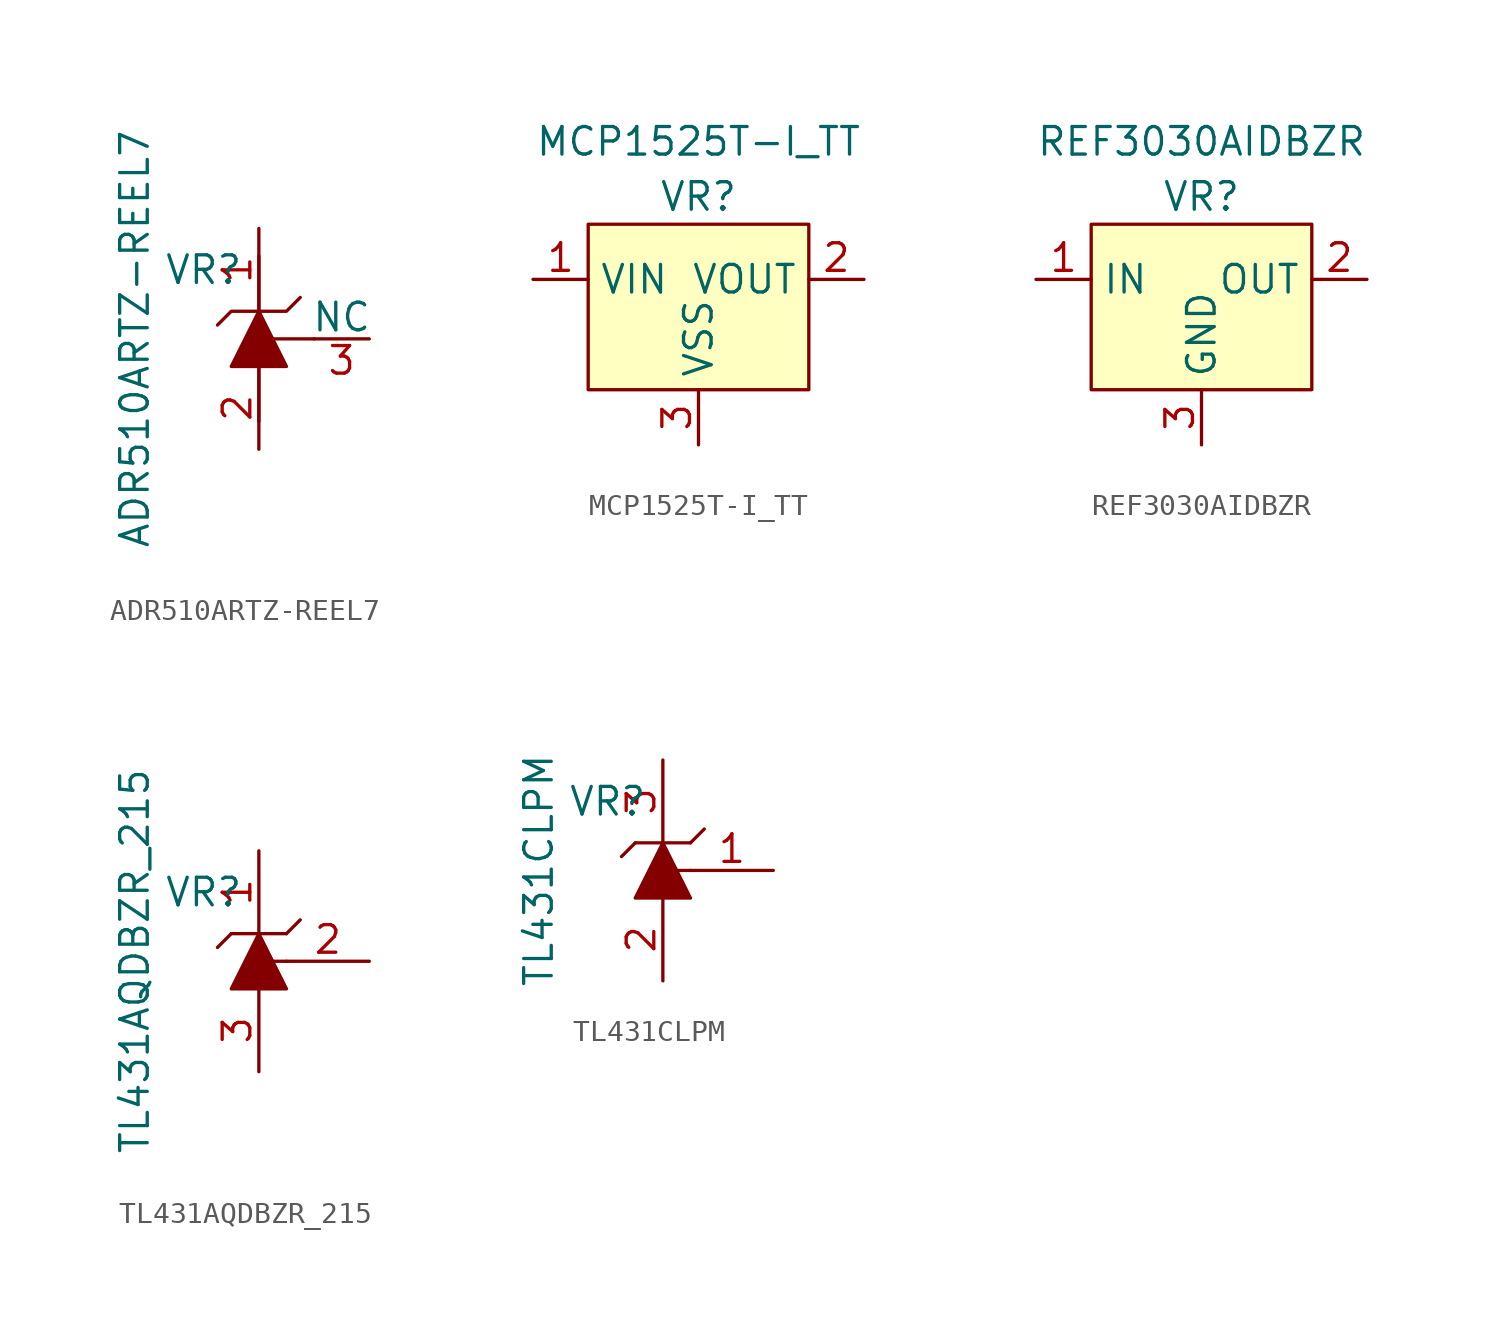
<source format=kicad_sym>
(kicad_symbol_lib
  (version 20220914)
  (generator kicad_symbol_editor)
  (symbol "ADR510ARTZ-REEL7"
    (pin_names
      (offset 0))
    (property "Reference" "VR"
      (at -2.54 3.175 0)
      (effects (font (size 1.27 1.27))))
    (property "Value" "ADR510ARTZ-REEL7"
      (at -5.715 0 90)
      (effects (font (size 1.27 1.27))))
    (symbol "ADR510ARTZ-REEL7_0_1"
      (polyline (pts (xy 0 -1.27) (xy 0 -3.81)) (stroke (width 0) (type solid)) (fill (type none)))
      (polyline (pts (xy 0 1.27) (xy 0 3.81)) (stroke (width 0) (type solid)) (fill (type none)))
      (polyline (pts (xy 2.54 0) (xy 0.635 0)) (stroke (width 0) (type solid)) (fill (type none)))
      (polyline (pts (xy 0 1.27) (xy 1.27 -1.27) (xy -1.27 -1.27) (xy 0 1.27)) (stroke (width 0) (type solid)) (fill (type outline)))
      (polyline (pts (xy 1.905 1.905) (xy 1.27 1.27) (xy -1.27 1.27) (xy -1.905 0.635)) (stroke (width 0) (type solid)) (fill (type none))))
    (symbol "ADR510ARTZ-REEL7_1_1"
      (pin passive line (at 0 5.08 270) (length 3.81) (name "~" (effects (font (size 1.27 1.27)))) (number "1" (effects (font (size 1.27 1.27)))))
      (pin passive line (at 0 -5.08 90) (length 3.81) (name "~" (effects (font (size 1.27 1.27)))) (number "2" (effects (font (size 1.27 1.27)))))
      (pin unspecified line (at 5.08 0 180) (length 2.54) (name "NC" (effects (font (size 1.27 1.27)))) (number "3" (effects (font (size 1.27 1.27)))))))
  (symbol "MCP1525T-I_TT"
    (property "Reference" "VR"
      (at 0 3.81 0)
      (effects (font (size 1.27 1.27))))
    (property "Value" "MCP1525T-I_TT"
      (at 0 6.35 0)
      (effects (font (size 1.27 1.27))))
    (symbol "MCP1525T-I_TT_0_1"
      (rectangle (start -5.08 2.54) (end 5.08 -5.08) (stroke (width 0) (type solid)) (fill (type background))))
    (symbol "MCP1525T-I_TT_1_1"
      (pin power_in line (at -7.62 0 0) (length 2.54) (name "VIN" (effects (font (size 1.27 1.27)))) (number "1" (effects (font (size 1.27 1.27)))))
      (pin output line (at 7.62 0 180) (length 2.54) (name "VOUT" (effects (font (size 1.27 1.27)))) (number "2" (effects (font (size 1.27 1.27)))))
      (pin power_in line (at 0 -7.62 90) (length 2.54) (name "VSS" (effects (font (size 1.27 1.27)))) (number "3" (effects (font (size 1.27 1.27)))))))
  (symbol "REF3030AIDBZR"
    (property "Reference" "VR"
      (at 0 3.81 0)
      (effects (font (size 1.27 1.27))))
    (property "Value" "REF3030AIDBZR"
      (at 0 6.35 0)
      (effects (font (size 1.27 1.27))))
    (symbol "REF3030AIDBZR_1_1"
      (rectangle (start -5.08 2.54) (end 5.08 -5.08) (stroke (width 0) (type solid)) (fill (type background)))
      (pin power_in line (at -7.62 0 0) (length 2.54) (name "IN" (effects (font (size 1.27 1.27)))) (number "1" (effects (font (size 1.27 1.27)))))
      (pin output line (at 7.62 0 180) (length 2.54) (name "OUT" (effects (font (size 1.27 1.27)))) (number "2" (effects (font (size 1.27 1.27)))))
      (pin power_in line (at 0 -7.62 90) (length 2.54) (name "GND" (effects (font (size 1.27 1.27)))) (number "3" (effects (font (size 1.27 1.27)))))))
  (symbol "TL431AQDBZR_215"
    (pin_names
      (offset 0) hide)
    (property "Reference" "VR"
      (at -2.54 3.175 0)
      (effects (font (size 1.27 1.27))))
    (property "Value" "TL431AQDBZR_215"
      (at -5.715 0 90)
      (effects (font (size 1.27 1.27))))
    (symbol "TL431AQDBZR_215_0_1"
      (polyline (pts (xy -1.905 0.635) (xy -1.27 1.27)) (stroke (width 0) (type solid)) (fill (type none)))
      (polyline (pts (xy -1.27 1.27) (xy 1.27 1.27)) (stroke (width 0) (type solid)) (fill (type none)))
      (polyline (pts (xy 0.635 0) (xy 1.27 0)) (stroke (width 0) (type solid)) (fill (type none)))
      (polyline (pts (xy 1.27 1.27) (xy 1.905 1.905)) (stroke (width 0) (type solid)) (fill (type none)))
      (polyline (pts (xy -1.27 -1.27) (xy 1.27 -1.27) (xy 0 1.27) (xy -1.27 -1.27)) (stroke (width 0) (type solid)) (fill (type outline))))
    (symbol "TL431AQDBZR_215_1_1"
      (pin passive line (at 0 5.08 270) (length 3.81) (name "K" (effects (font (size 1.27 1.27)))) (number "1" (effects (font (size 1.27 1.27)))))
      (pin passive line (at 5.08 0 180) (length 3.81) (name "REF" (effects (font (size 1.27 1.27)))) (number "2" (effects (font (size 1.27 1.27)))))
      (pin passive line (at 0 -5.08 90) (length 3.81) (name "A" (effects (font (size 1.27 1.27)))) (number "3" (effects (font (size 1.27 1.27)))))))
  (symbol "TL431CLPM"
    (pin_names
      (offset 0) hide)
    (property "Reference" "VR"
      (at -2.54 3.175 0)
      (effects (font (size 1.27 1.27))))
    (property "Value" "TL431CLPM"
      (at -5.715 0 90)
      (effects (font (size 1.27 1.27))))
    (symbol "TL431CLPM_0_1"
      (polyline (pts (xy -1.905 0.635) (xy -1.27 1.27)) (stroke (width 0) (type solid)) (fill (type none)))
      (polyline (pts (xy -1.27 1.27) (xy 1.27 1.27)) (stroke (width 0) (type solid)) (fill (type none)))
      (polyline (pts (xy 0.635 0) (xy 1.27 0)) (stroke (width 0) (type solid)) (fill (type none)))
      (polyline (pts (xy 1.27 1.27) (xy 1.905 1.905)) (stroke (width 0) (type solid)) (fill (type none)))
      (polyline (pts (xy -1.27 -1.27) (xy 1.27 -1.27) (xy 0 1.27) (xy -1.27 -1.27)) (stroke (width 0) (type solid)) (fill (type outline))))
    (symbol "TL431CLPM_1_1"
      (pin passive line (at 5.08 0 180) (length 3.81) (name "REF" (effects (font (size 1.27 1.27)))) (number "1" (effects (font (size 1.27 1.27)))))
      (pin passive line (at 0 -5.08 90) (length 3.81) (name "A" (effects (font (size 1.27 1.27)))) (number "2" (effects (font (size 1.27 1.27)))))
      (pin passive line (at 0 5.08 270) (length 3.81) (name "K" (effects (font (size 1.27 1.27)))) (number "3" (effects (font (size 1.27 1.27))))))))
</source>
